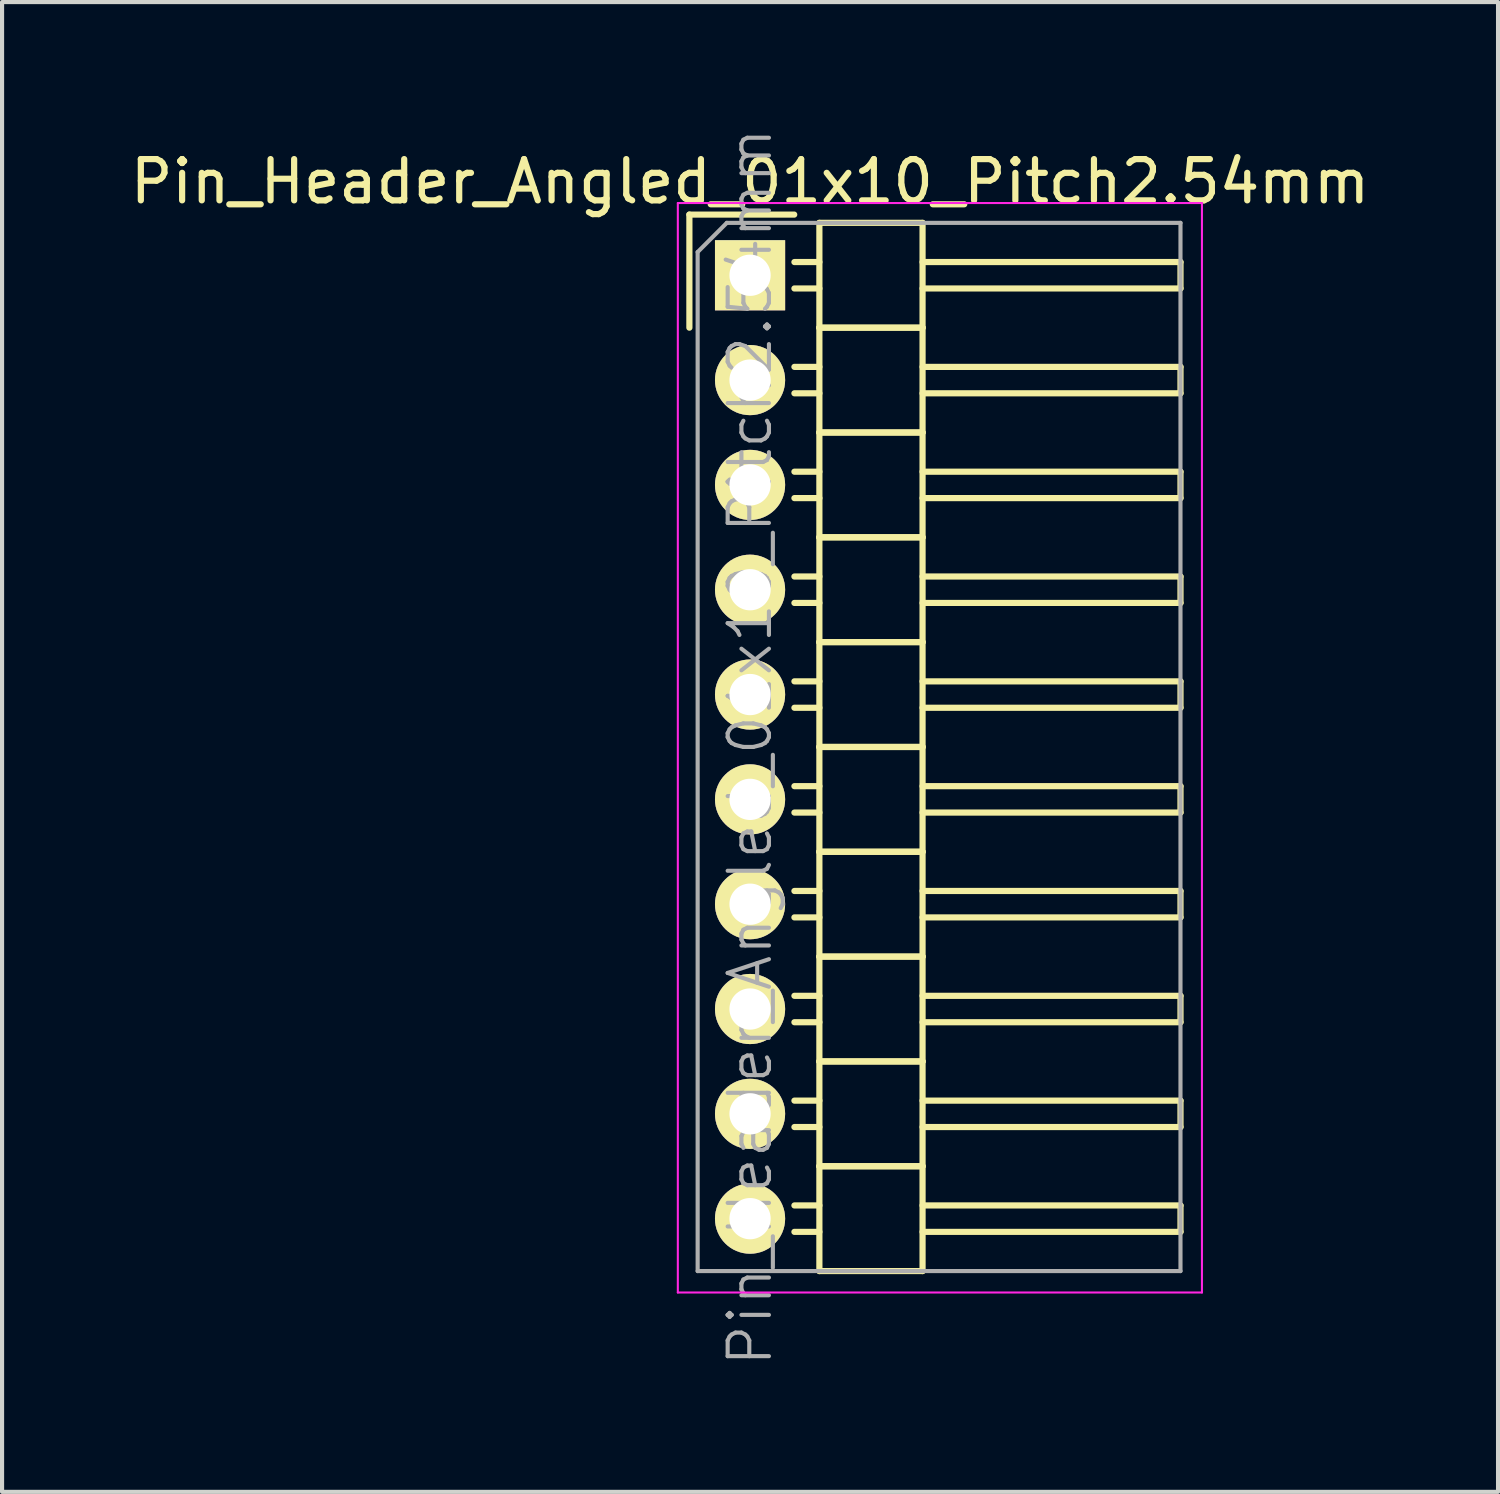
<source format=kicad_pcb>
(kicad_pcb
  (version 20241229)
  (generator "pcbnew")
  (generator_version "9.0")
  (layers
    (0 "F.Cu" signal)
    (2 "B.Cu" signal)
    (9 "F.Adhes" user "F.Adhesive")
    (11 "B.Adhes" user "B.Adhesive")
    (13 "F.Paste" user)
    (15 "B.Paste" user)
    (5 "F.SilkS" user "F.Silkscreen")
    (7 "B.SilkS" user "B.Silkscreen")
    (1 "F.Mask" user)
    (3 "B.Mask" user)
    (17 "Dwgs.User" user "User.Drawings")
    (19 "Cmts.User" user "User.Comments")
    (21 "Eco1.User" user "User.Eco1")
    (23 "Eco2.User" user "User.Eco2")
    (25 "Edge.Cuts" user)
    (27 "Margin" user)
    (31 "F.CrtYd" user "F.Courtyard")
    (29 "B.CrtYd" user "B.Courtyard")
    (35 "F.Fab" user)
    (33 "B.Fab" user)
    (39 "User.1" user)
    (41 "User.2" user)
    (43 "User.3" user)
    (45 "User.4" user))
  (footprint "Pin_Header_Angled_01x10_Pitch2.54mm"
    (layer "F.Cu")
    (at 15.125 3.62)
    (property "Reference" "Pin_Header_Angled_01x10_Pitch2.54mm" (at 0 -2.27 0) (layer "F.SilkS") (effects (font (size 1 1) (thickness 0.15))))
    (attr smd)
    (fp_line (start -1.47 -1.47) (end -1.47 1.27) (stroke (width 0.15) (type solid)) (layer "F.SilkS"))
    (fp_line (start -1.47 -1.47) (end 1.07 -1.47) (stroke (width 0.15) (type solid)) (layer "F.SilkS"))
    (fp_line (start 1.68 -0.32) (end 1.075 -0.32) (stroke (width 0.15) (type solid)) (layer "F.SilkS"))
    (fp_line (start 1.68 0.32) (end 1.075 0.32) (stroke (width 0.15) (type solid)) (layer "F.SilkS"))
    (fp_line (start 1.68 1.27) (end 1.68 -1.27) (stroke (width 0.15) (type solid)) (layer "F.SilkS"))
    (fp_line (start 1.68 2.22) (end 1.075 2.22) (stroke (width 0.15) (type solid)) (layer "F.SilkS"))
    (fp_line (start 1.68 2.86) (end 1.075 2.86) (stroke (width 0.15) (type solid)) (layer "F.SilkS"))
    (fp_line (start 1.68 3.81) (end 1.68 1.27) (stroke (width 0.15) (type solid)) (layer "F.SilkS"))
    (fp_line (start 1.68 4.76) (end 1.075 4.76) (stroke (width 0.15) (type solid)) (layer "F.SilkS"))
    (fp_line (start 1.68 5.4) (end 1.075 5.4) (stroke (width 0.15) (type solid)) (layer "F.SilkS"))
    (fp_line (start 1.68 6.35) (end 1.68 3.81) (stroke (width 0.15) (type solid)) (layer "F.SilkS"))
    (fp_line (start 1.68 7.3) (end 1.075 7.3) (stroke (width 0.15) (type solid)) (layer "F.SilkS"))
    (fp_line (start 1.68 7.94) (end 1.075 7.94) (stroke (width 0.15) (type solid)) (layer "F.SilkS"))
    (fp_line (start 1.68 8.89) (end 1.68 6.35) (stroke (width 0.15) (type solid)) (layer "F.SilkS"))
    (fp_line (start 1.68 9.84) (end 1.075 9.84) (stroke (width 0.15) (type solid)) (layer "F.SilkS"))
    (fp_line (start 1.68 10.48) (end 1.075 10.48) (stroke (width 0.15) (type solid)) (layer "F.SilkS"))
    (fp_line (start 1.68 11.43) (end 1.68 8.89) (stroke (width 0.15) (type solid)) (layer "F.SilkS"))
    (fp_line (start 1.68 12.38) (end 1.075 12.38) (stroke (width 0.15) (type solid)) (layer "F.SilkS"))
    (fp_line (start 1.68 13.02) (end 1.075 13.02) (stroke (width 0.15) (type solid)) (layer "F.SilkS"))
    (fp_line (start 1.68 13.97) (end 1.68 11.43) (stroke (width 0.15) (type solid)) (layer "F.SilkS"))
    (fp_line (start 1.68 14.92) (end 1.075 14.92) (stroke (width 0.15) (type solid)) (layer "F.SilkS"))
    (fp_line (start 1.68 15.56) (end 1.075 15.56) (stroke (width 0.15) (type solid)) (layer "F.SilkS"))
    (fp_line (start 1.68 16.51) (end 1.68 13.97) (stroke (width 0.15) (type solid)) (layer "F.SilkS"))
    (fp_line (start 1.68 17.46) (end 1.075 17.46) (stroke (width 0.15) (type solid)) (layer "F.SilkS"))
    (fp_line (start 1.68 18.1) (end 1.075 18.1) (stroke (width 0.15) (type solid)) (layer "F.SilkS"))
    (fp_line (start 1.68 19.05) (end 1.68 16.51) (stroke (width 0.15) (type solid)) (layer "F.SilkS"))
    (fp_line (start 1.68 20) (end 1.075 20) (stroke (width 0.15) (type solid)) (layer "F.SilkS"))
    (fp_line (start 1.68 20.64) (end 1.075 20.64) (stroke (width 0.15) (type solid)) (layer "F.SilkS"))
    (fp_line (start 1.68 21.59) (end 1.68 19.05) (stroke (width 0.15) (type solid)) (layer "F.SilkS"))
    (fp_line (start 1.68 22.54) (end 1.075 22.54) (stroke (width 0.15) (type solid)) (layer "F.SilkS"))
    (fp_line (start 1.68 23.18) (end 1.075 23.18) (stroke (width 0.15) (type solid)) (layer "F.SilkS"))
    (fp_line (start 1.68 24.13) (end 1.68 21.59) (stroke (width 0.15) (type solid)) (layer "F.SilkS"))
    (fp_line (start 4.18 -1.27) (end 1.68 -1.27) (stroke (width 0.15) (type solid)) (layer "F.SilkS"))
    (fp_line (start 4.18 -0.32) (end 10.43 -0.32) (stroke (width 0.15) (type solid)) (layer "F.SilkS"))
    (fp_line (start 4.18 0.32) (end 10.43 0.32) (stroke (width 0.15) (type solid)) (layer "F.SilkS"))
    (fp_line (start 4.18 1.27) (end 1.68 1.27) (stroke (width 0.15) (type solid)) (layer "F.SilkS"))
    (fp_line (start 4.18 1.27) (end 1.68 1.27) (stroke (width 0.15) (type solid)) (layer "F.SilkS"))
    (fp_line (start 4.18 1.27) (end 4.18 -1.27) (stroke (width 0.15) (type solid)) (layer "F.SilkS"))
    (fp_line (start 4.18 2.22) (end 10.43 2.22) (stroke (width 0.15) (type solid)) (layer "F.SilkS"))
    (fp_line (start 4.18 2.86) (end 10.43 2.86) (stroke (width 0.15) (type solid)) (layer "F.SilkS"))
    (fp_line (start 4.18 3.81) (end 1.68 3.81) (stroke (width 0.15) (type solid)) (layer "F.SilkS"))
    (fp_line (start 4.18 3.81) (end 1.68 3.81) (stroke (width 0.15) (type solid)) (layer "F.SilkS"))
    (fp_line (start 4.18 3.81) (end 4.18 1.27) (stroke (width 0.15) (type solid)) (layer "F.SilkS"))
    (fp_line (start 4.18 4.76) (end 10.43 4.76) (stroke (width 0.15) (type solid)) (layer "F.SilkS"))
    (fp_line (start 4.18 5.4) (end 10.43 5.4) (stroke (width 0.15) (type solid)) (layer "F.SilkS"))
    (fp_line (start 4.18 6.35) (end 1.68 6.35) (stroke (width 0.15) (type solid)) (layer "F.SilkS"))
    (fp_line (start 4.18 6.35) (end 1.68 6.35) (stroke (width 0.15) (type solid)) (layer "F.SilkS"))
    (fp_line (start 4.18 6.35) (end 4.18 3.81) (stroke (width 0.15) (type solid)) (layer "F.SilkS"))
    (fp_line (start 4.18 7.3) (end 10.43 7.3) (stroke (width 0.15) (type solid)) (layer "F.SilkS"))
    (fp_line (start 4.18 7.94) (end 10.43 7.94) (stroke (width 0.15) (type solid)) (layer "F.SilkS"))
    (fp_line (start 4.18 8.89) (end 1.68 8.89) (stroke (width 0.15) (type solid)) (layer "F.SilkS"))
    (fp_line (start 4.18 8.89) (end 1.68 8.89) (stroke (width 0.15) (type solid)) (layer "F.SilkS"))
    (fp_line (start 4.18 8.89) (end 4.18 6.35) (stroke (width 0.15) (type solid)) (layer "F.SilkS"))
    (fp_line (start 4.18 9.84) (end 10.43 9.84) (stroke (width 0.15) (type solid)) (layer "F.SilkS"))
    (fp_line (start 4.18 10.48) (end 10.43 10.48) (stroke (width 0.15) (type solid)) (layer "F.SilkS"))
    (fp_line (start 4.18 11.43) (end 1.68 11.43) (stroke (width 0.15) (type solid)) (layer "F.SilkS"))
    (fp_line (start 4.18 11.43) (end 1.68 11.43) (stroke (width 0.15) (type solid)) (layer "F.SilkS"))
    (fp_line (start 4.18 11.43) (end 4.18 8.89) (stroke (width 0.15) (type solid)) (layer "F.SilkS"))
    (fp_line (start 4.18 12.38) (end 10.43 12.38) (stroke (width 0.15) (type solid)) (layer "F.SilkS"))
    (fp_line (start 4.18 13.02) (end 10.43 13.02) (stroke (width 0.15) (type solid)) (layer "F.SilkS"))
    (fp_line (start 4.18 13.97) (end 1.68 13.97) (stroke (width 0.15) (type solid)) (layer "F.SilkS"))
    (fp_line (start 4.18 13.97) (end 1.68 13.97) (stroke (width 0.15) (type solid)) (layer "F.SilkS"))
    (fp_line (start 4.18 13.97) (end 4.18 11.43) (stroke (width 0.15) (type solid)) (layer "F.SilkS"))
    (fp_line (start 4.18 14.92) (end 10.43 14.92) (stroke (width 0.15) (type solid)) (layer "F.SilkS"))
    (fp_line (start 4.18 15.56) (end 10.43 15.56) (stroke (width 0.15) (type solid)) (layer "F.SilkS"))
    (fp_line (start 4.18 16.51) (end 1.68 16.51) (stroke (width 0.15) (type solid)) (layer "F.SilkS"))
    (fp_line (start 4.18 16.51) (end 1.68 16.51) (stroke (width 0.15) (type solid)) (layer "F.SilkS"))
    (fp_line (start 4.18 16.51) (end 4.18 13.97) (stroke (width 0.15) (type solid)) (layer "F.SilkS"))
    (fp_line (start 4.18 17.46) (end 10.43 17.46) (stroke (width 0.15) (type solid)) (layer "F.SilkS"))
    (fp_line (start 4.18 18.1) (end 10.43 18.1) (stroke (width 0.15) (type solid)) (layer "F.SilkS"))
    (fp_line (start 4.18 19.05) (end 1.68 19.05) (stroke (width 0.15) (type solid)) (layer "F.SilkS"))
    (fp_line (start 4.18 19.05) (end 1.68 19.05) (stroke (width 0.15) (type solid)) (layer "F.SilkS"))
    (fp_line (start 4.18 19.05) (end 4.18 16.51) (stroke (width 0.15) (type solid)) (layer "F.SilkS"))
    (fp_line (start 4.18 20) (end 10.43 20) (stroke (width 0.15) (type solid)) (layer "F.SilkS"))
    (fp_line (start 4.18 20.64) (end 10.43 20.64) (stroke (width 0.15) (type solid)) (layer "F.SilkS"))
    (fp_line (start 4.18 21.59) (end 1.68 21.59) (stroke (width 0.15) (type solid)) (layer "F.SilkS"))
    (fp_line (start 4.18 21.59) (end 1.68 21.59) (stroke (width 0.15) (type solid)) (layer "F.SilkS"))
    (fp_line (start 4.18 21.59) (end 4.18 19.05) (stroke (width 0.15) (type solid)) (layer "F.SilkS"))
    (fp_line (start 4.18 22.54) (end 10.43 22.54) (stroke (width 0.15) (type solid)) (layer "F.SilkS"))
    (fp_line (start 4.18 23.18) (end 10.43 23.18) (stroke (width 0.15) (type solid)) (layer "F.SilkS"))
    (fp_line (start 4.18 24.13) (end 1.68 24.13) (stroke (width 0.15) (type solid)) (layer "F.SilkS"))
    (fp_line (start 4.18 24.13) (end 4.18 21.59) (stroke (width 0.15) (type solid)) (layer "F.SilkS"))
    (fp_line (start 10.43 0.32) (end 10.43 -0.32) (stroke (width 0.15) (type solid)) (layer "F.SilkS"))
    (fp_line (start 10.43 2.86) (end 10.43 2.22) (stroke (width 0.15) (type solid)) (layer "F.SilkS"))
    (fp_line (start 10.43 5.4) (end 10.43 4.76) (stroke (width 0.15) (type solid)) (layer "F.SilkS"))
    (fp_line (start 10.43 7.94) (end 10.43 7.3) (stroke (width 0.15) (type solid)) (layer "F.SilkS"))
    (fp_line (start 10.43 10.48) (end 10.43 9.84) (stroke (width 0.15) (type solid)) (layer "F.SilkS"))
    (fp_line (start 10.43 13.02) (end 10.43 12.38) (stroke (width 0.15) (type solid)) (layer "F.SilkS"))
    (fp_line (start 10.43 15.56) (end 10.43 14.92) (stroke (width 0.15) (type solid)) (layer "F.SilkS"))
    (fp_line (start 10.43 18.1) (end 10.43 17.46) (stroke (width 0.15) (type solid)) (layer "F.SilkS"))
    (fp_line (start 10.43 20.64) (end 10.43 20) (stroke (width 0.15) (type solid)) (layer "F.SilkS"))
    (fp_line (start 10.43 23.18) (end 10.43 22.54) (stroke (width 0.15) (type solid)) (layer "F.SilkS"))
    (fp_line (start -1.75 -1.75) (end -1.75 24.65) (stroke (width 0.05) (type solid)) (layer "F.CrtYd"))
    (fp_line (start 10.95 -1.75) (end -1.75 -1.75) (stroke (width 0.05) (type solid)) (layer "F.CrtYd"))
    (fp_line (start 10.95 -1.75) (end 10.95 24.65) (stroke (width 0.05) (type solid)) (layer "F.CrtYd"))
    (fp_line (start 10.95 24.65) (end -1.75 24.65) (stroke (width 0.05) (type solid)) (layer "F.CrtYd"))
    (fp_line (start -1.27 -0.563) (end -0.563 -1.27) (stroke (width 0.1) (type solid)) (layer "F.Fab"))
    (fp_line (start -1.27 24.13) (end -1.27 -0.563) (stroke (width 0.1) (type solid)) (layer "F.Fab"))
    (fp_line (start 10.43 -1.27) (end -0.563 -1.27) (stroke (width 0.1) (type solid)) (layer "F.Fab"))
    (fp_line (start 10.43 24.13) (end -1.27 24.13) (stroke (width 0.1) (type solid)) (layer "F.Fab"))
    (fp_line (start 10.43 24.13) (end 10.43 -1.27) (stroke (width 0.1) (type solid)) (layer "F.Fab"))
    (fp_text user "${REFERENCE}" (at 0 11.43 90) (layer "F.Fab") (effects (font (size 1 1) (thickness 0.1))))
    (pad "1" thru_hole rect (at 0 0) (size 1.7 1.7) (drill 1) (layers "*.Cu" "*.Mask" "F.SilkS"))
    (pad "2" thru_hole oval (at 0 2.54) (size 1.7 1.7) (drill 1) (layers "*.Cu" "*.Mask" "F.SilkS"))
    (pad "3" thru_hole oval (at 0 5.08) (size 1.7 1.7) (drill 1) (layers "*.Cu" "*.Mask" "F.SilkS"))
    (pad "4" thru_hole oval (at 0 7.62) (size 1.7 1.7) (drill 1) (layers "*.Cu" "*.Mask" "F.SilkS"))
    (pad "5" thru_hole oval (at 0 10.16) (size 1.7 1.7) (drill 1) (layers "*.Cu" "*.Mask" "F.SilkS"))
    (pad "6" thru_hole oval (at 0 12.7) (size 1.7 1.7) (drill 1) (layers "*.Cu" "*.Mask" "F.SilkS"))
    (pad "7" thru_hole oval (at 0 15.24) (size 1.7 1.7) (drill 1) (layers "*.Cu" "*.Mask" "F.SilkS"))
    (pad "8" thru_hole oval (at 0 17.78) (size 1.7 1.7) (drill 1) (layers "*.Cu" "*.Mask" "F.SilkS"))
    (pad "9" thru_hole oval (at 0 20.32) (size 1.7 1.7) (drill 1) (layers "*.Cu" "*.Mask" "F.SilkS"))
    (pad "10" thru_hole oval (at 0 22.86) (size 1.7 1.7) (drill 1) (layers "*.Cu" "*.Mask" "F.SilkS")))
  (gr_rect
    (start -3 -3)
    (end 33.25 33.1)
    (stroke (width 0.1) (type default))
    (fill no)
    (layer "Edge.Cuts")))
</source>
